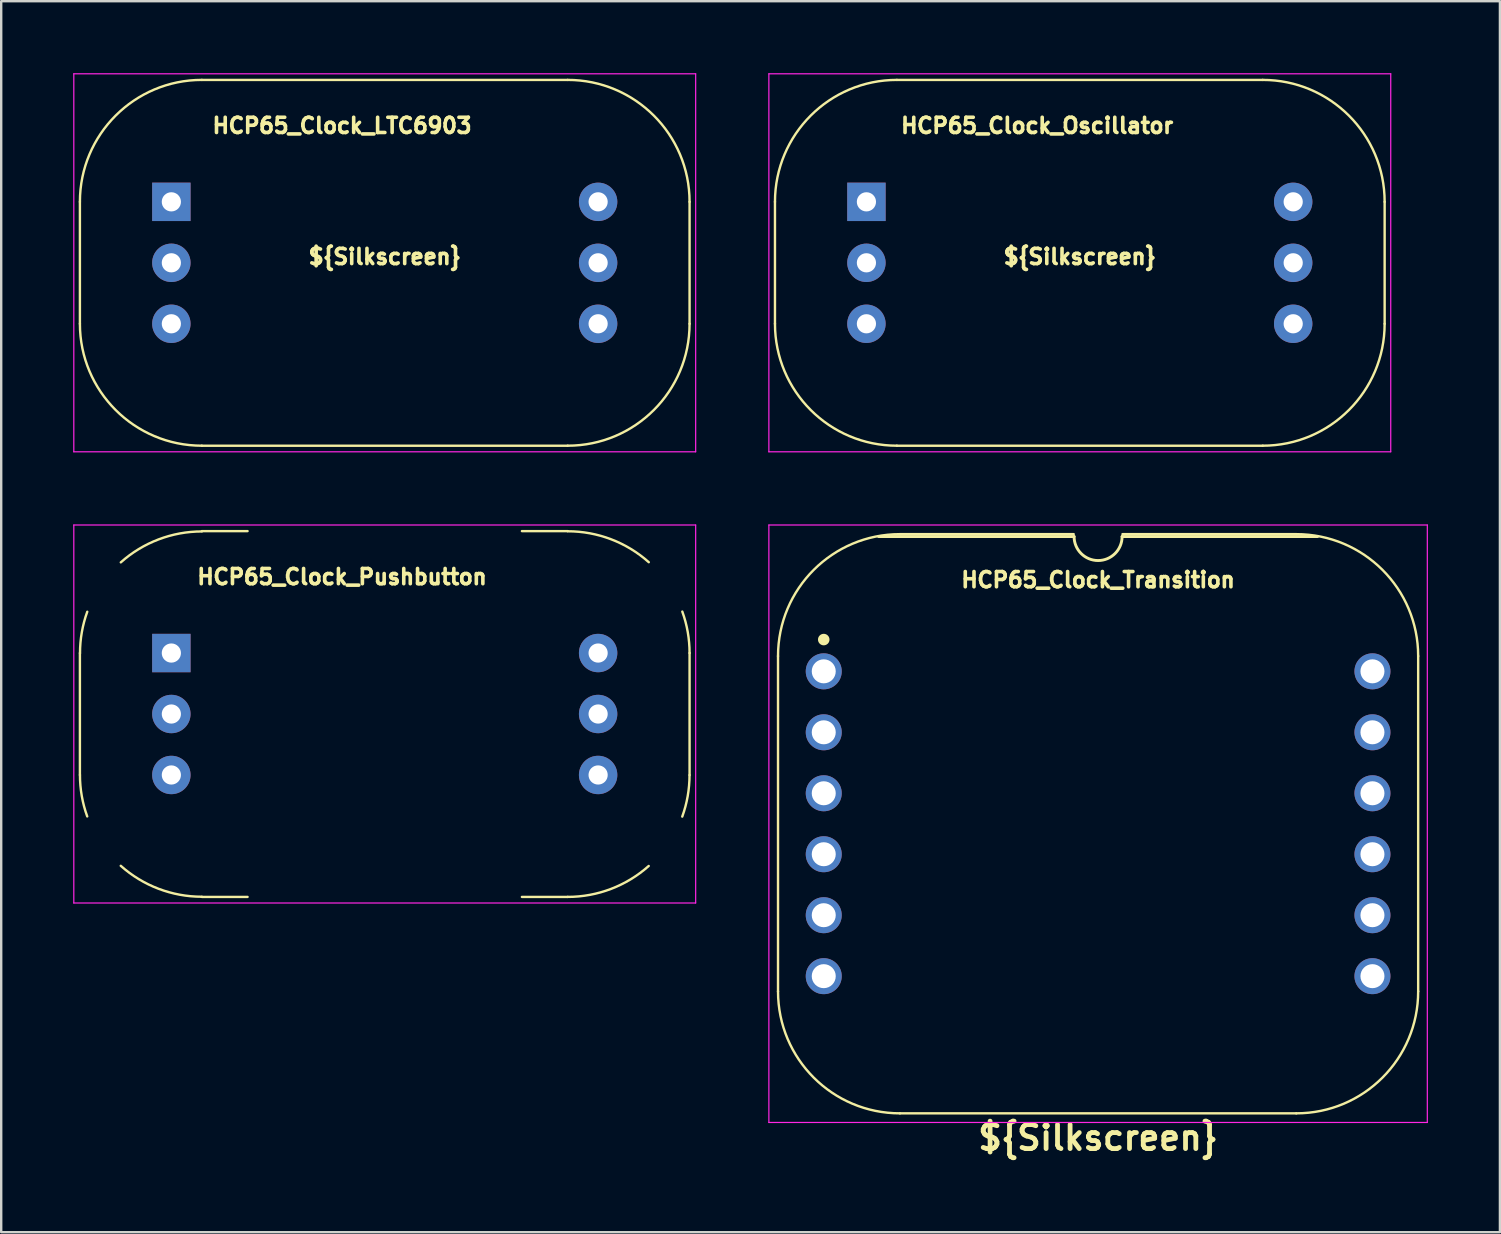
<source format=kicad_pcb>
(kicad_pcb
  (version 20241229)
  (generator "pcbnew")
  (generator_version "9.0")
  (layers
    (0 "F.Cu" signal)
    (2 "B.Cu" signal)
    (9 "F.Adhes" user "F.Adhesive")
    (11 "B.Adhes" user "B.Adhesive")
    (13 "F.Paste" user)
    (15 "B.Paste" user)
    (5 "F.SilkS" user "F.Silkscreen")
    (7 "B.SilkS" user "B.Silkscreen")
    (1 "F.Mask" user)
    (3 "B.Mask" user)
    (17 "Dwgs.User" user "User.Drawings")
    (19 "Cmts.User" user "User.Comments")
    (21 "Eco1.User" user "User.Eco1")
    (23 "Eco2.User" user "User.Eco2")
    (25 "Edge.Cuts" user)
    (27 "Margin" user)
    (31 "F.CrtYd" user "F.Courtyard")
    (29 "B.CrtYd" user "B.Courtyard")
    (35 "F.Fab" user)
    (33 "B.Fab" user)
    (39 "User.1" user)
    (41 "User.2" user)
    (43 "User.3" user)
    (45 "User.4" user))
  (footprint "HCP65_Clock_LTC6903"
    (layer "F.Cu")
    (at 4.089 5.359)
    (property "Reference" "HCP65_Clock_LTC6903" (at 7.112 -3.175 0) (layer "F.SilkS") (effects (font (size 0.635 0.635) (thickness 0.15))))
    (attr through_hole)
    (fp_line (start -3.81 -0.000002) (end -3.81 5.08) (stroke (width 0.1) (type default)) (layer "F.SilkS"))
    (fp_line (start 1.27 10.16) (end 16.51 10.16) (stroke (width 0.1) (type default)) (layer "F.SilkS"))
    (fp_line (start 16.51 -5.08) (end 1.27 -5.08) (stroke (width 0.1) (type default)) (layer "F.SilkS"))
    (fp_line (start 21.59 -0.000004) (end 21.59 5.08) (stroke (width 0.1) (type default)) (layer "F.SilkS"))
    (fp_arc (start -3.810002 -0.000002) (mid -2.322104 -3.592104) (end 1.269998 -5.080002) (stroke (width 0.1) (type default)) (layer "F.SilkS"))
    (fp_arc (start 1.269996 10.16) (mid -2.322104 8.6721) (end -3.810004 5.08) (stroke (width 0.1) (type default)) (layer "F.SilkS"))
    (fp_arc (start 16.51 -5.080003) (mid 20.102101 -3.592105) (end 21.589999 -0.000004) (stroke (width 0.1) (type default)) (layer "F.SilkS"))
    (fp_arc (start 21.589998 5.079998) (mid 20.102101 8.672101) (end 16.509998 10.159998) (stroke (width 0.1) (type default)) (layer "F.SilkS"))
    (fp_line (start -4.064 -5.334) (end -4.064 10.414) (stroke (width 0.05) (type solid)) (layer "F.CrtYd"))
    (fp_line (start -4.064 -5.334) (end 21.844 -5.334) (stroke (width 0.05) (type solid)) (layer "F.CrtYd"))
    (fp_line (start -4.064 10.414) (end 21.844 10.414) (stroke (width 0.05) (type solid)) (layer "F.CrtYd"))
    (fp_line (start 21.844 -5.334) (end 21.844 10.414) (stroke (width 0.05) (type solid)) (layer "F.CrtYd"))
    (fp_text user "${Silkscreen}" (at 8.89 2.286 0) (layer "F.SilkS") (effects (font (size 0.635 0.635) (thickness 0.15))))
    (pad "1" thru_hole rect (at 0 0) (size 1.6 1.6) (drill 0.8) (layers "*.Cu" "*.Mask"))
    (pad "2" thru_hole oval (at 0 2.54) (size 1.6 1.6) (drill 0.8) (layers "*.Cu" "*.Mask"))
    (pad "3" thru_hole oval (at 0 5.08) (size 1.6 1.6) (drill 0.8) (layers "*.Cu" "*.Mask"))
    (pad "4" thru_hole oval (at 17.78 5.08 180) (size 1.6 1.6) (drill 0.8) (layers "*.Cu" "*.Mask"))
    (pad "5" thru_hole oval (at 17.78 2.54 180) (size 1.6 1.6) (drill 0.8) (layers "*.Cu" "*.Mask"))
    (pad "6" thru_hole oval (at 17.78 0 180) (size 1.6 1.6) (drill 0.8) (layers "*.Cu" "*.Mask")))
  (footprint "HCP65_Clock_Oscillator"
    (layer "F.Cu")
    (at 33.047 5.359)
    (property "Reference" "HCP65_Clock_Oscillator" (at 7.112 -3.175 0) (layer "F.SilkS") (effects (font (size 0.635 0.635) (thickness 0.15))))
    (attr through_hole)
    (fp_line (start -3.81 0) (end -3.81 5.08) (stroke (width 0.1) (type default)) (layer "F.SilkS"))
    (fp_line (start 1.27 10.16) (end 16.51 10.16) (stroke (width 0.1) (type default)) (layer "F.SilkS"))
    (fp_line (start 16.51 -5.08) (end 1.27 -5.08) (stroke (width 0.1) (type default)) (layer "F.SilkS"))
    (fp_line (start 21.59 -0.000002) (end 21.59 5.08) (stroke (width 0.1) (type default)) (layer "F.SilkS"))
    (fp_arc (start -3.81 0) (mid -2.322102 -3.592102) (end 1.27 -5.08) (stroke (width 0.1) (type default)) (layer "F.SilkS"))
    (fp_arc (start 1.269998 10.160002) (mid -2.322102 8.672102) (end -3.810002 5.080002) (stroke (width 0.1) (type default)) (layer "F.SilkS"))
    (fp_arc (start 16.510002 -5.080001) (mid 20.102103 -3.592103) (end 21.590001 -0.000002) (stroke (width 0.1) (type default)) (layer "F.SilkS"))
    (fp_arc (start 21.59 5.08) (mid 20.102103 8.672104) (end 16.51 10.16) (stroke (width 0.1) (type default)) (layer "F.SilkS"))
    (fp_line (start -4.064 -5.334) (end -4.064 10.414) (stroke (width 0.05) (type solid)) (layer "F.CrtYd"))
    (fp_line (start -4.064 -5.334) (end 21.844 -5.334) (stroke (width 0.05) (type solid)) (layer "F.CrtYd"))
    (fp_line (start -4.064 10.414) (end 21.844 10.414) (stroke (width 0.05) (type solid)) (layer "F.CrtYd"))
    (fp_line (start 21.844 -5.334) (end 21.844 10.414) (stroke (width 0.05) (type solid)) (layer "F.CrtYd"))
    (fp_text user "${Silkscreen}" (at 8.89 2.286 0) (layer "F.SilkS") (effects (font (size 0.635 0.635) (thickness 0.15))))
    (pad "1" thru_hole rect (at 0 0) (size 1.6 1.6) (drill 0.8) (layers "*.Cu" "*.Mask"))
    (pad "2" thru_hole oval (at 0 2.54) (size 1.6 1.6) (drill 0.8) (layers "*.Cu" "*.Mask"))
    (pad "3" thru_hole oval (at 0 5.08) (size 1.6 1.6) (drill 0.8) (layers "*.Cu" "*.Mask"))
    (pad "4" thru_hole oval (at 17.78 5.08 180) (size 1.6 1.6) (drill 0.8) (layers "*.Cu" "*.Mask"))
    (pad "5" thru_hole oval (at 17.78 2.54 180) (size 1.6 1.6) (drill 0.8) (layers "*.Cu" "*.Mask"))
    (pad "6" thru_hole oval (at 17.78 0 180) (size 1.6 1.6) (drill 0.8) (layers "*.Cu" "*.Mask")))
  (footprint "HCP65_Clock_Transition"
    (layer "F.Cu")
    (at 31.269 24.919)
    (property "Reference" "HCP65_Clock_Transition" (at 11.43 -3.81 0) (layer "F.SilkS") (effects (font (size 0.635 0.635) (thickness 0.15))))
    (property "Silkscreen" "${Silkscreen}" (at 11.43 19.431 0) (layer "F.SilkS") (effects (font (size 1 1) (thickness 0.2))))
    (attr through_hole)
    (fp_line (start -1.905 -0.635) (end -1.905 13.335) (stroke (width 0.1) (type solid)) (layer "F.SilkS"))
    (fp_line (start 10.414 -5.715) (end 3.175 -5.715) (stroke (width 0.1) (type solid)) (layer "F.SilkS"))
    (fp_line (start 10.43 -5.616) (end 2.286 -5.616) (stroke (width 0.12) (type solid)) (layer "F.SilkS"))
    (fp_line (start 19.685 -5.715) (end 12.446 -5.715) (stroke (width 0.1) (type solid)) (layer "F.SilkS"))
    (fp_line (start 19.685 18.415) (end 3.175 18.415) (stroke (width 0.1) (type solid)) (layer "F.SilkS"))
    (fp_line (start 20.574 -5.616) (end 12.43 -5.616) (stroke (width 0.12) (type solid)) (layer "F.SilkS"))
    (fp_line (start 24.765 13.335) (end 24.765 -0.635) (stroke (width 0.1) (type solid)) (layer "F.SilkS"))
    (fp_arc (start -1.905 -0.635) (mid -0.417102 -4.227102) (end 3.175 -5.715) (stroke (width 0.1) (type solid)) (layer "F.SilkS"))
    (fp_arc (start 3.175 18.415) (mid -0.417102 16.927102) (end -1.905 13.335) (stroke (width 0.1) (type solid)) (layer "F.SilkS"))
    (fp_arc (start 12.43 -5.616) (mid 11.43 -4.616) (end 10.43 -5.616) (stroke (width 0.12) (type solid)) (layer "F.SilkS"))
    (fp_arc (start 19.685 -5.715) (mid 23.277102 -4.227102) (end 24.765 -0.635) (stroke (width 0.1) (type solid)) (layer "F.SilkS"))
    (fp_arc (start 24.765 13.335) (mid 23.277102 16.927102) (end 19.685 18.415) (stroke (width 0.1) (type solid)) (layer "F.SilkS"))
    (fp_circle (center 0 -1.323) (end 0.18 -1.323) (stroke (width 0.12) (type solid)) (fill yes) (layer "F.SilkS"))
    (fp_line (start -2.286 -6.096) (end -2.286 18.796) (stroke (width 0.05) (type solid)) (layer "F.CrtYd"))
    (fp_line (start -2.286 -6.096) (end 25.146 -6.096) (stroke (width 0.05) (type solid)) (layer "F.CrtYd"))
    (fp_line (start -2.286 18.796) (end 25.146 18.796) (stroke (width 0.05) (type solid)) (layer "F.CrtYd"))
    (fp_line (start 25.146 18.796) (end 25.146 -6.096) (stroke (width 0.05) (type solid)) (layer "F.CrtYd"))
    (pad "1" thru_hole circle (at 0 0) (size 1.5 1.5) (drill 1) (layers "*.Cu" "*.Mask"))
    (pad "2" thru_hole circle (at 0 2.54) (size 1.5 1.5) (drill 1) (layers "*.Cu" "*.Mask"))
    (pad "3" thru_hole circle (at 0 5.08) (size 1.5 1.5) (drill 1) (layers "*.Cu" "*.Mask"))
    (pad "4" thru_hole circle (at 0 7.62) (size 1.5 1.5) (drill 1) (layers "*.Cu" "*.Mask"))
    (pad "5" thru_hole circle (at 0 10.16) (size 1.5 1.5) (drill 1) (layers "*.Cu" "*.Mask"))
    (pad "6" thru_hole circle (at 0 12.7) (size 1.5 1.5) (drill 1) (layers "*.Cu" "*.Mask"))
    (pad "7" thru_hole circle (at 22.86 12.7) (size 1.5 1.5) (drill 1) (layers "*.Cu" "*.Mask"))
    (pad "8" thru_hole circle (at 22.86 10.16) (size 1.5 1.5) (drill 1) (layers "*.Cu" "*.Mask"))
    (pad "9" thru_hole circle (at 22.86 7.62) (size 1.5 1.5) (drill 1) (layers "*.Cu" "*.Mask"))
    (pad "10" thru_hole circle (at 22.86 5.08) (size 1.5 1.5) (drill 1) (layers "*.Cu" "*.Mask"))
    (pad "11" thru_hole circle (at 22.86 2.54) (size 1.5 1.5) (drill 1) (layers "*.Cu" "*.Mask"))
    (pad "12" thru_hole circle (at 22.86 0) (size 1.5 1.5) (drill 1) (layers "*.Cu" "*.Mask")))
  (footprint "HCP65_Clock_Pushbutton"
    (layer "F.Cu")
    (at 4.089 24.157)
    (property "Reference" "HCP65_Clock_Pushbutton" (at 7.112 -3.175 0) (layer "F.SilkS") (effects (font (size 0.635 0.635) (thickness 0.15))))
    (attr through_hole)
    (fp_line (start -3.81 0) (end -3.81 5.08) (stroke (width 0.1) (type default)) (layer "F.SilkS"))
    (fp_line (start 1.27 10.16) (end 3.175 10.16) (stroke (width 0.1) (type default)) (layer "F.SilkS"))
    (fp_line (start 1.27 -5.08) (end 3.175 -5.08) (stroke (width 0.1) (type default)) (layer "F.SilkS"))
    (fp_line (start 14.605 10.16) (end 16.51 10.16) (stroke (width 0.1) (type default)) (layer "F.SilkS"))
    (fp_line (start 14.605 -5.08) (end 16.51 -5.08) (stroke (width 0.1) (type default)) (layer "F.SilkS"))
    (fp_line (start 21.59 -0.000002) (end 21.59 5.08) (stroke (width 0.1) (type default)) (layer "F.SilkS"))
    (fp_arc (start -3.805935 0.006985) (mid -3.72967 -0.869782) (end -3.503166 -1.720213) (stroke (width 0.1) (type default)) (layer "F.SilkS"))
    (fp_arc (start -3.5052 6.8072) (mid -3.731705 5.956769) (end -3.807969 5.080002) (stroke (width 0.1) (type default)) (layer "F.SilkS"))
    (fp_arc (start -2.106166 -3.777613) (mid -0.535744 -4.732988) (end 1.272032 -5.066026) (stroke (width 0.1) (type default)) (layer "F.SilkS"))
    (fp_arc (start 1.269998 10.153013) (mid -0.537777 9.819975) (end -2.1082 8.8646) (stroke (width 0.1) (type default)) (layer "F.SilkS"))
    (fp_arc (start 16.512034 -5.073013) (mid 18.319811 -4.739978) (end 19.890232 -3.7846) (stroke (width 0.1) (type default)) (layer "F.SilkS"))
    (fp_arc (start 19.888198 8.871587) (mid 18.317776 9.826962) (end 16.51 10.16) (stroke (width 0.1) (type default)) (layer "F.SilkS"))
    (fp_arc (start 21.287232 -1.7272) (mid 21.513728 -0.876768) (end 21.590001 -0.000002) (stroke (width 0.1) (type default)) (layer "F.SilkS"))
    (fp_arc (start 21.587967 5.086989) (mid 21.511702 5.963756) (end 21.285198 6.814187) (stroke (width 0.1) (type default)) (layer "F.SilkS"))
    (fp_line (start -4.064 -5.334) (end -4.064 10.414) (stroke (width 0.05) (type solid)) (layer "F.CrtYd"))
    (fp_line (start -4.064 -5.334) (end 21.844 -5.334) (stroke (width 0.05) (type solid)) (layer "F.CrtYd"))
    (fp_line (start -4.064 10.414) (end 21.844 10.414) (stroke (width 0.05) (type solid)) (layer "F.CrtYd"))
    (fp_line (start 21.844 -5.334) (end 21.844 10.414) (stroke (width 0.05) (type solid)) (layer "F.CrtYd"))
    (pad "1" thru_hole rect (at 0 0) (size 1.6 1.6) (drill 0.8) (layers "*.Cu" "*.Mask"))
    (pad "2" thru_hole oval (at 0 2.54) (size 1.6 1.6) (drill 0.8) (layers "*.Cu" "*.Mask"))
    (pad "3" thru_hole oval (at 0 5.08) (size 1.6 1.6) (drill 0.8) (layers "*.Cu" "*.Mask"))
    (pad "4" thru_hole oval (at 17.78 5.08 180) (size 1.6 1.6) (drill 0.8) (layers "*.Cu" "*.Mask"))
    (pad "5" thru_hole oval (at 17.78 2.54 180) (size 1.6 1.6) (drill 0.8) (layers "*.Cu" "*.Mask"))
    (pad "6" thru_hole oval (at 17.78 0 180) (size 1.6 1.6) (drill 0.8) (layers "*.Cu" "*.Mask")))
  (gr_rect
    (start -3 -3)
    (end 59.44 48.286)
    (stroke (width 0.1) (type default))
    (fill no)
    (layer "Edge.Cuts")))
</source>
